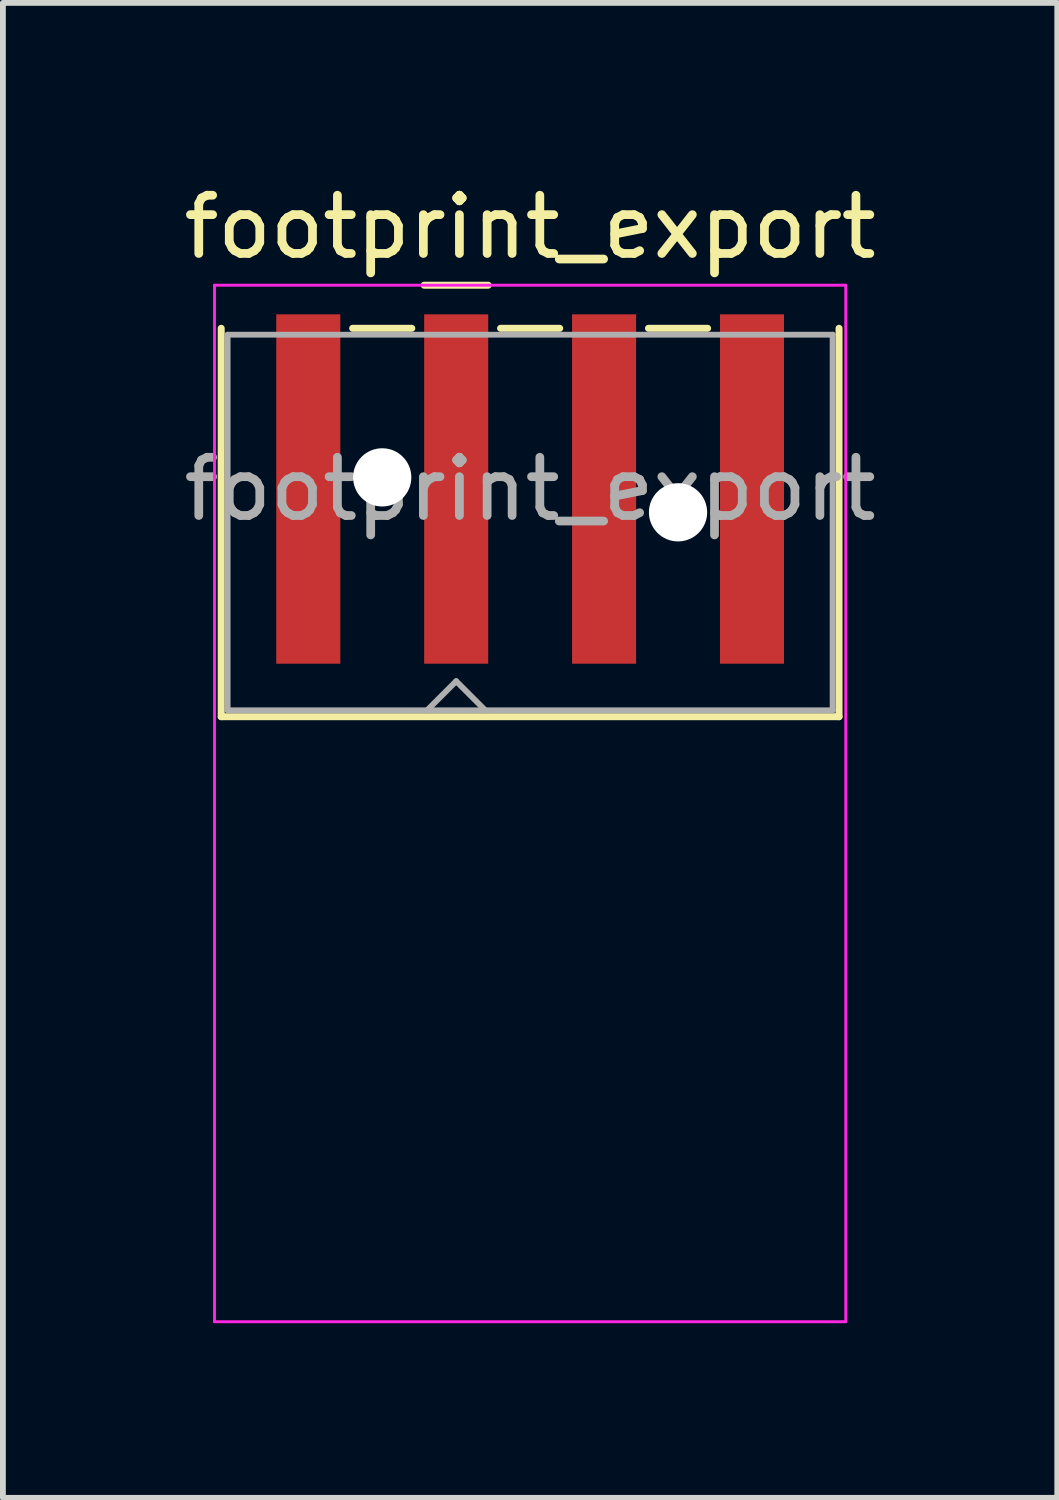
<source format=kicad_pcb>
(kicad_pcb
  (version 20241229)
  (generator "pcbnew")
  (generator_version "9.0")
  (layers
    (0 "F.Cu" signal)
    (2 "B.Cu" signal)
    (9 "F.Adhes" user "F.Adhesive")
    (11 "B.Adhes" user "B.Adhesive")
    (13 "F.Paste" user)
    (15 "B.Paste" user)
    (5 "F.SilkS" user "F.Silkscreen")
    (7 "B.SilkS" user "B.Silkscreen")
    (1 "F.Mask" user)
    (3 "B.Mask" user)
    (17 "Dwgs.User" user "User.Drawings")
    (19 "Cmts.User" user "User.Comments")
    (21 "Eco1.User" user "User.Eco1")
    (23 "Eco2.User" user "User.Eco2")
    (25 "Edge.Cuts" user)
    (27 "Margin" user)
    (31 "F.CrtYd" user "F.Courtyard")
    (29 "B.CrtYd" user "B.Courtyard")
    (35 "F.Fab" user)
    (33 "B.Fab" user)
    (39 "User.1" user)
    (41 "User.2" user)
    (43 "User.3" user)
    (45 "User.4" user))
  (footprint "footprint_export"
    (layer "F.Cu")
    (at 6.054 6.648)
    (property "Reference" "footprint_export" (at 0 -5.8 0) (layer "F.SilkS") (effects (font (size 1 1) (thickness 0.15))))
    (attr smd)
    (fp_line (start -5.305 -4.06) (end -5.305 2.61) (stroke (width 0.12) (type solid)) (layer "F.SilkS"))
    (fp_line (start -3.048 -4.06) (end -2.032 -4.06) (stroke (width 0.12) (type solid)) (layer "F.SilkS"))
    (fp_line (start -1.82 -4.8) (end -0.72 -4.8) (stroke (width 0.12) (type solid)) (layer "F.SilkS"))
    (fp_line (start -0.508 -4.06) (end 0.508 -4.06) (stroke (width 0.12) (type solid)) (layer "F.SilkS"))
    (fp_line (start 2.032 -4.06) (end 3.048 -4.06) (stroke (width 0.12) (type solid)) (layer "F.SilkS"))
    (fp_line (start 5.305 -4.06) (end 5.305 2.61) (stroke (width 0.12) (type solid)) (layer "F.SilkS"))
    (fp_line (start 5.305 2.61) (end -5.305 2.61) (stroke (width 0.12) (type solid)) (layer "F.SilkS"))
    (fp_line (start -5.42 -4.8) (end -5.42 13) (stroke (width 0.05) (type solid)) (layer "F.CrtYd"))
    (fp_line (start -5.42 13) (end 5.42 13) (stroke (width 0.05) (type solid)) (layer "F.CrtYd"))
    (fp_line (start 5.42 -4.8) (end -5.42 -4.8) (stroke (width 0.05) (type solid)) (layer "F.CrtYd"))
    (fp_line (start 5.42 13) (end 5.42 -4.8) (stroke (width 0.05) (type solid)) (layer "F.CrtYd"))
    (fp_line (start -5.195 -3.95) (end -5.195 2.5) (stroke (width 0.1) (type solid)) (layer "F.Fab"))
    (fp_line (start -5.195 2.5) (end 5.195 2.5) (stroke (width 0.1) (type solid)) (layer "F.Fab"))
    (fp_line (start -1.77 2.5) (end -1.27 2) (stroke (width 0.1) (type solid)) (layer "F.Fab"))
    (fp_line (start -1.27 2) (end -0.77 2.5) (stroke (width 0.1) (type solid)) (layer "F.Fab"))
    (fp_line (start 5.195 -3.95) (end -5.195 -3.95) (stroke (width 0.1) (type solid)) (layer "F.Fab"))
    (fp_line (start 5.195 2.5) (end 5.195 -3.95) (stroke (width 0.1) (type solid)) (layer "F.Fab"))
    (fp_text user "${REFERENCE}" (at 0 -1.3 0) (layer "F.Fab") (effects (font (size 1 1) (thickness 0.15))))
    (pad "" np_thru_hole circle (at -2.54 -1.5) (size 1 1) (drill 1) (layers "*.Cu" "*.Mask"))
    (pad "" np_thru_hole circle (at 2.54 -0.9) (size 1 1) (drill 1) (layers "*.Cu" "*.Mask"))
    (pad "1" smd rect (at -1.27 -1.3) (size 1.1 6) (layers "F.Cu" "F.Mask" "F.Paste"))
    (pad "2" smd rect (at 1.27 -1.3) (size 1.1 6) (layers "F.Cu" "F.Mask" "F.Paste"))
    (pad "MP" smd rect (at -3.81 -1.3) (size 1.1 6) (layers "F.Cu" "F.Mask" "F.Paste"))
    (pad "MP" smd rect (at 3.81 -1.3) (size 1.1 6) (layers "F.Cu" "F.Mask" "F.Paste")))
  (gr_rect
    (start -3 -3)
    (end 15.107 22.673)
    (stroke (width 0.1) (type default))
    (fill no)
    (layer "Edge.Cuts")))
</source>
